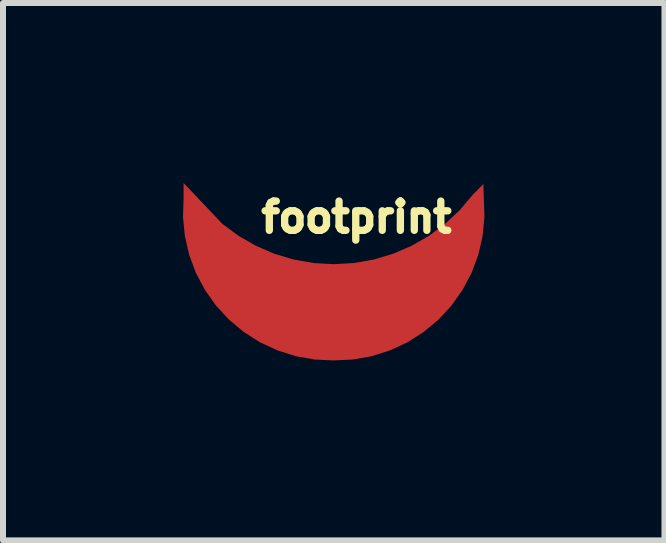
<source format=kicad_pcb>
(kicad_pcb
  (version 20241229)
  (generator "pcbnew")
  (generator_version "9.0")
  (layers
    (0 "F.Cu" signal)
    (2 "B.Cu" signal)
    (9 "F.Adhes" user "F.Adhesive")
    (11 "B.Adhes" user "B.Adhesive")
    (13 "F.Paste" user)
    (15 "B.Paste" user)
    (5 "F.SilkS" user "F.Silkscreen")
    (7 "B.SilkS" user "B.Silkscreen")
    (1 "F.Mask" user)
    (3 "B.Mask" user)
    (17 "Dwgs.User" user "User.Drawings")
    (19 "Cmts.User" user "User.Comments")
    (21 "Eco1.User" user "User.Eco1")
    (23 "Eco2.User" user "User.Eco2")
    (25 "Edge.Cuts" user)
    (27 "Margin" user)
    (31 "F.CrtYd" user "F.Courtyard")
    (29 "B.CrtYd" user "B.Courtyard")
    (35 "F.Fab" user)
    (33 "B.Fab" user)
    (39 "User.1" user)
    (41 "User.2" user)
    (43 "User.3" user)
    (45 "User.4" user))
  (footprint "footprint"
    (layer "F.Cu")
    (at 2.512 2.125)
    (property "Reference" "footprint" (at -1.27 -1.27 0) (layer "F.SilkS") (effects (font (size 0.488 0.488) (thickness 0.122)) (justify left bottom)))
    (fp_poly (pts (xy -1.855 -1.443) (xy -1.587 -1.245) (xy -1.296 -1.078) (xy -0.988 -0.945) (xy -0.666 -0.849) (xy -0.335 -0.791) (xy -0.000001 -0.772) (xy 0.335 -0.791) (xy 0.666 -0.849) (xy 0.988 -0.945) (xy 1.296 -1.078) (xy 1.587 -1.245) (xy 1.857 -1.445) (xy 2.102 -1.675) (xy 2.325 -1.939) (xy 2.494 -2.107) (xy 2.512 -1.56) (xy 2.481 -1.241) (xy 2.41 -0.929) (xy 2.298 -0.628) (xy 2.148 -0.345) (xy 1.963 -0.083) (xy 1.746 0.152) (xy 1.5 0.357) (xy 1.23 0.529) (xy 0.939 0.664) (xy 0.634 0.761) (xy 0.318 0.817) (xy 0.002 0.832) (xy -0.002 0.832) (xy -0.318 0.817) (xy -0.634 0.761) (xy -0.939 0.664) (xy -1.23 0.529) (xy -1.5 0.357) (xy -1.746 0.152) (xy -1.963 -0.083) (xy -2.148 -0.345) (xy -2.298 -0.628) (xy -2.41 -0.929) (xy -2.481 -1.241) (xy -2.512 -1.56) (xy -2.502 -1.872) (xy -2.502 -2.125)) (stroke (width 0) (type solid)) (fill yes) (layer "F.Cu"))
    (fp_poly (pts (xy -1.855 -1.443) (xy -1.587 -1.245) (xy -1.296 -1.078) (xy -0.988 -0.945) (xy -0.666 -0.849) (xy -0.335 -0.791) (xy -0.000001 -0.772) (xy 0.335 -0.791) (xy 0.666 -0.849) (xy 0.988 -0.945) (xy 1.296 -1.078) (xy 1.587 -1.245) (xy 1.857 -1.445) (xy 2.102 -1.675) (xy 2.325 -1.939) (xy 2.494 -2.107) (xy 2.512 -1.56) (xy 2.481 -1.241) (xy 2.41 -0.929) (xy 2.298 -0.628) (xy 2.148 -0.345) (xy 1.963 -0.083) (xy 1.746 0.152) (xy 1.5 0.357) (xy 1.23 0.529) (xy 0.939 0.664) (xy 0.634 0.761) (xy 0.318 0.817) (xy 0.002 0.832) (xy -0.002 0.832) (xy -0.318 0.817) (xy -0.634 0.761) (xy -0.939 0.664) (xy -1.23 0.529) (xy -1.5 0.357) (xy -1.746 0.152) (xy -1.963 -0.083) (xy -2.148 -0.345) (xy -2.298 -0.628) (xy -2.41 -0.929) (xy -2.481 -1.241) (xy -2.512 -1.56) (xy -2.502 -1.872) (xy -2.502 -2.125)) (stroke (width 0) (type solid)) (fill yes) (layer "F.Mask")))
  (gr_rect
    (start -3 -3)
    (end 8.024 5.956)
    (stroke (width 0.1) (type default))
    (fill no)
    (layer "Edge.Cuts")))
</source>
